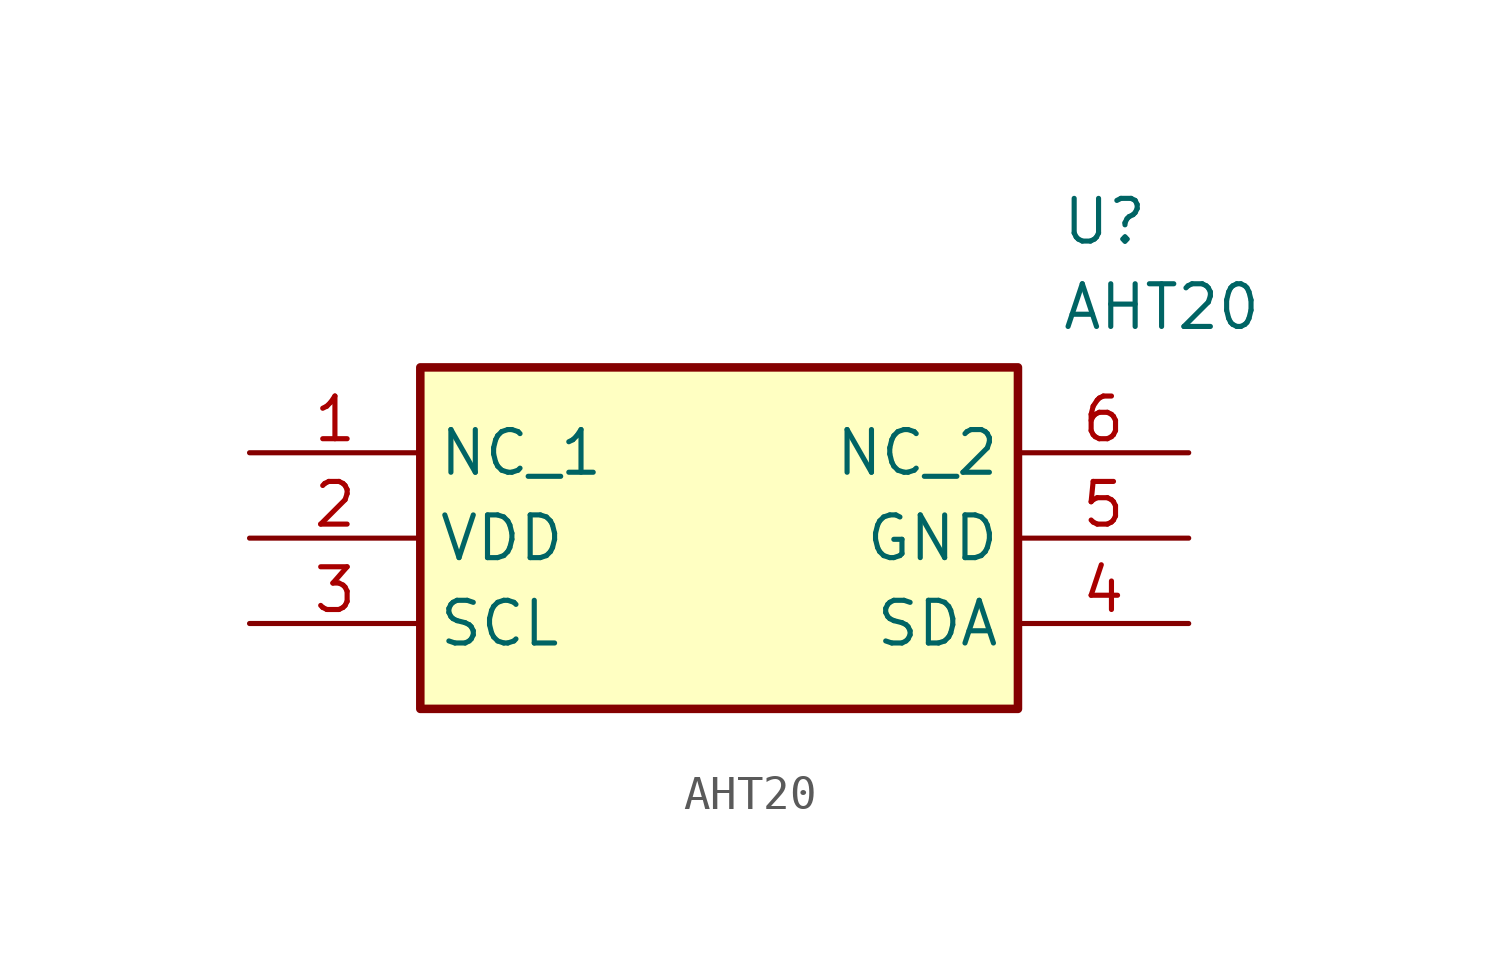
<source format=kicad_sym>
(kicad_symbol_lib
  (version 20211014)
  (generator SamacSys_ECAD_Model)
  (symbol "AHT20"
    (property "Reference" "U"
      (at 24.13 7.62 0)
      (effects (font (size 1.27 1.27)) (justify left top)))
    (property "Value" "AHT20"
      (at 24.13 5.08 0)
      (effects (font (size 1.27 1.27)) (justify left top)))
    (rectangle
      (start 5.08 2.54)
      (end 22.86 -7.62)
      (stroke (width 0.254) (type default))
      (fill (type background)))
    (pin passive line
      (at 0 0 0)
      (length 5.08)
      (name "NC_1" (effects (font (size 1.27 1.27))))
      (number "1" (effects (font (size 1.27 1.27)))))
    (pin passive line
      (at 0 -2.54 0)
      (length 5.08)
      (name "VDD" (effects (font (size 1.27 1.27))))
      (number "2" (effects (font (size 1.27 1.27)))))
    (pin passive line
      (at 0 -5.08 0)
      (length 5.08)
      (name "SCL" (effects (font (size 1.27 1.27))))
      (number "3" (effects (font (size 1.27 1.27)))))
    (pin passive line
      (at 27.94 -5.08 180)
      (length 5.08)
      (name "SDA" (effects (font (size 1.27 1.27))))
      (number "4" (effects (font (size 1.27 1.27)))))
    (pin passive line
      (at 27.94 -2.54 180)
      (length 5.08)
      (name "GND" (effects (font (size 1.27 1.27))))
      (number "5" (effects (font (size 1.27 1.27)))))
    (pin passive line
      (at 27.94 0 180)
      (length 5.08)
      (name "NC_2" (effects (font (size 1.27 1.27))))
      (number "6" (effects (font (size 1.27 1.27)))))))
</source>
